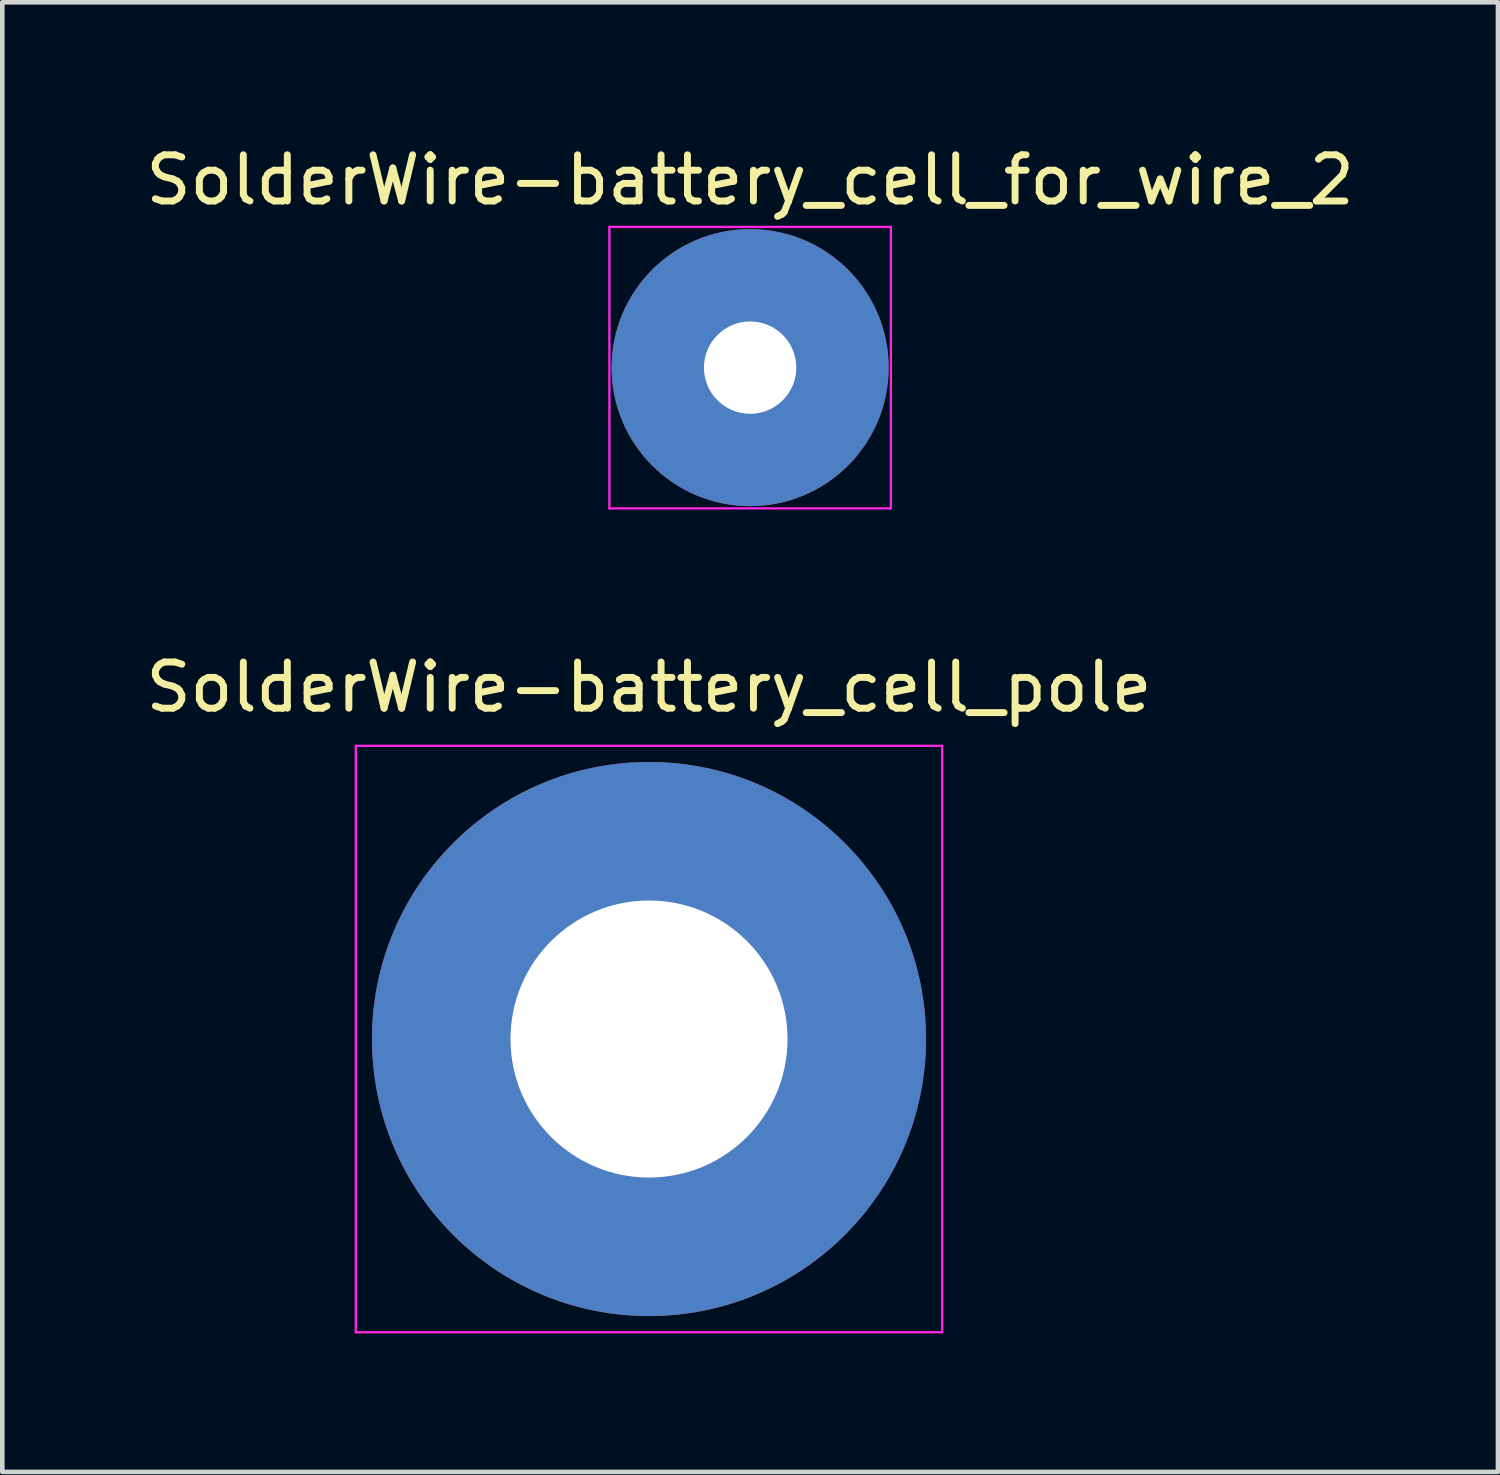
<source format=kicad_pcb>
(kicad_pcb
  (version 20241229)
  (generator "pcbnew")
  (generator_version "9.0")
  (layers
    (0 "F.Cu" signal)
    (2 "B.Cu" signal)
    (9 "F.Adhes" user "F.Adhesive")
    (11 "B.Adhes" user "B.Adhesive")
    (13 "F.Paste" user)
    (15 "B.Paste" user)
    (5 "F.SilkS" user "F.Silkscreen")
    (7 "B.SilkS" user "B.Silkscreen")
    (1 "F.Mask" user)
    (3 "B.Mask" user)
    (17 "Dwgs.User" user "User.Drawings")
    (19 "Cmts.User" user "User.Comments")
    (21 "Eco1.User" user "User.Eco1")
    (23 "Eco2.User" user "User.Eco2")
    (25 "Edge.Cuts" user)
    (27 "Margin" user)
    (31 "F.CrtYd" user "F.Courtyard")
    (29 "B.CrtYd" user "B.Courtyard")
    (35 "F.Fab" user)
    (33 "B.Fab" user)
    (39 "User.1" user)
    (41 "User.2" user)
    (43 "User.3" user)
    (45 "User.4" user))
  (footprint "SolderWire-battery_cell_for_wire_2"
    (layer "F.Cu")
    (at 13.196 4.912)
    (property "Reference" "SolderWire-battery_cell_for_wire_2" (at 0 -4.064 0) (layer "F.SilkS") (effects (font (size 1 1) (thickness 0.15))))
    (attr exclude_from_pos_files exclude_from_bom)
    (fp_line (start -3.048 -3.048) (end -3.048 3.048) (stroke (width 0.05) (type solid)) (layer "F.CrtYd"))
    (fp_line (start -3.048 3.048) (end 3.048 3.048) (stroke (width 0.05) (type solid)) (layer "F.CrtYd"))
    (fp_line (start 3.048 -3.048) (end -3.048 -3.048) (stroke (width 0.05) (type solid)) (layer "F.CrtYd"))
    (fp_line (start 3.048 3.048) (end 3.048 -3.048) (stroke (width 0.05) (type solid)) (layer "F.CrtYd"))
    (pad "1" thru_hole circle (at 0 0) (size 6 6) (drill 2) (layers "*.Cu" "*.Mask")))
  (footprint "SolderWire-battery_cell_pole"
    (layer "F.Cu")
    (at 11.006 19.453)
    (property "Reference" "SolderWire-battery_cell_pole" (at 0 -7.62 0) (layer "F.SilkS") (effects (font (size 1 1) (thickness 0.15))))
    (attr exclude_from_pos_files exclude_from_bom)
    (fp_line (start -6.35 -6.35) (end -6.35 6.35) (stroke (width 0.05) (type solid)) (layer "F.CrtYd"))
    (fp_line (start -6.35 6.35) (end 6.35 6.35) (stroke (width 0.05) (type solid)) (layer "F.CrtYd"))
    (fp_line (start 6.35 -6.35) (end -6.35 -6.35) (stroke (width 0.05) (type solid)) (layer "F.CrtYd"))
    (fp_line (start 6.35 6.35) (end 6.35 -6.35) (stroke (width 0.05) (type solid)) (layer "F.CrtYd"))
    (pad "1" thru_hole circle (at 0 0) (size 12 12) (drill 6) (layers "*.Cu" "*.Mask")))
  (gr_rect
    (start -3 -3)
    (end 29.393 28.828)
    (stroke (width 0.1) (type default))
    (fill no)
    (layer "Edge.Cuts")))
</source>
